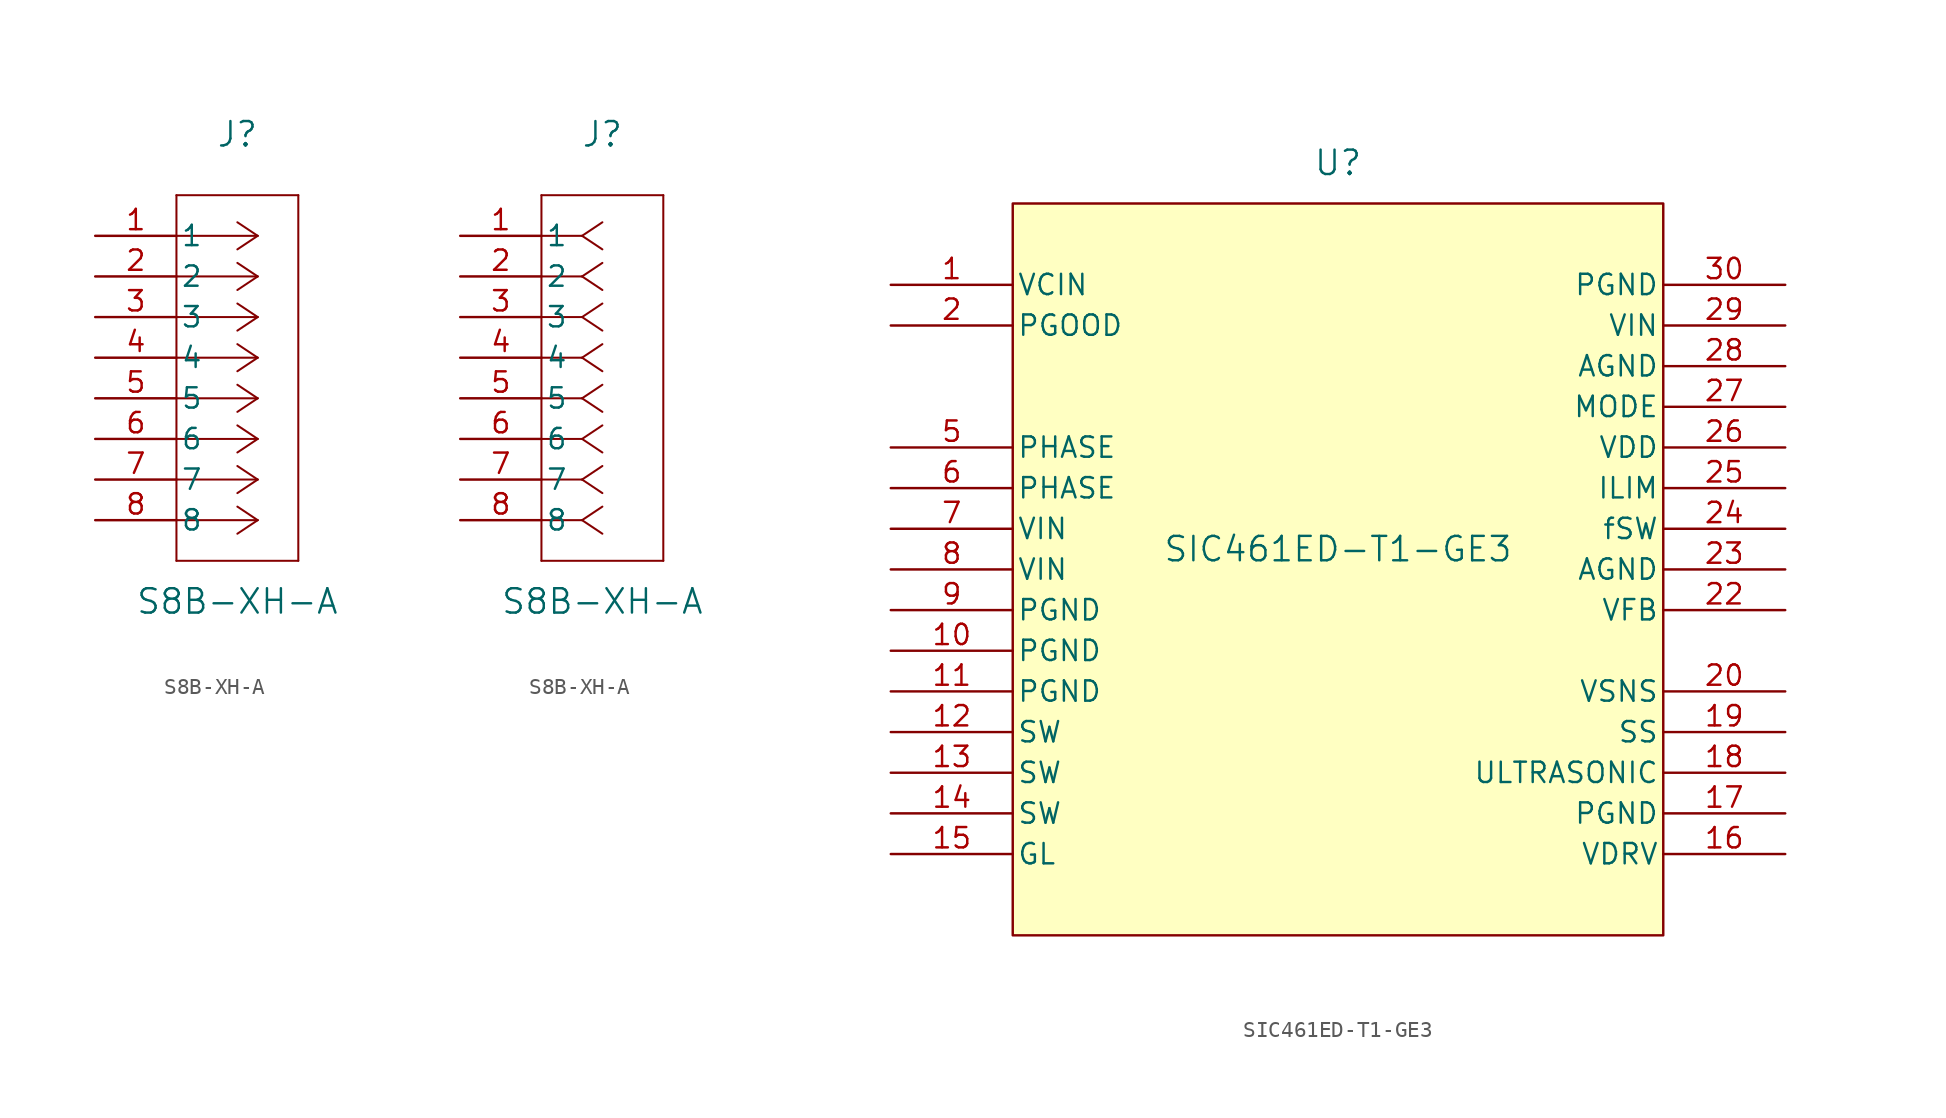
<source format=kicad_sym>
(kicad_symbol_lib
  (version 20220914)
  (generator kicad_symbol_editor)
  (symbol "S8B-XH-A"
    (pin_names
      (offset 0.254))
    (property "Reference" "J"
      (at 8.89 6.35 0)
      (effects (font (size 1.524 1.524))))
    (property "Value" "S8B-XH-A"
      (at 8.89 -22.86 0)
      (effects (font (size 1.524 1.524))))
    (property "ki_locked" ""
      (at 0 0 0)
      (effects (font (size 1.27 1.27))))
    (symbol "S8B-XH-A_1_1"
      (polyline (pts (xy 5.08 -20.32) (xy 12.7 -20.32)) (stroke (width 0.127) (type default)) (fill (type none)))
      (polyline (pts (xy 5.08 2.54) (xy 5.08 -20.32)) (stroke (width 0.127) (type default)) (fill (type none)))
      (polyline (pts (xy 10.16 -17.78) (xy 5.08 -17.78)) (stroke (width 0.127) (type default)) (fill (type none)))
      (polyline (pts (xy 10.16 -17.78) (xy 8.89 -18.627)) (stroke (width 0.127) (type default)) (fill (type none)))
      (polyline (pts (xy 10.16 -17.78) (xy 8.89 -16.933)) (stroke (width 0.127) (type default)) (fill (type none)))
      (polyline (pts (xy 10.16 -15.24) (xy 5.08 -15.24)) (stroke (width 0.127) (type default)) (fill (type none)))
      (polyline (pts (xy 10.16 -15.24) (xy 8.89 -16.087)) (stroke (width 0.127) (type default)) (fill (type none)))
      (polyline (pts (xy 10.16 -15.24) (xy 8.89 -14.393)) (stroke (width 0.127) (type default)) (fill (type none)))
      (polyline (pts (xy 10.16 -12.7) (xy 5.08 -12.7)) (stroke (width 0.127) (type default)) (fill (type none)))
      (polyline (pts (xy 10.16 -12.7) (xy 8.89 -13.547)) (stroke (width 0.127) (type default)) (fill (type none)))
      (polyline (pts (xy 10.16 -12.7) (xy 8.89 -11.853)) (stroke (width 0.127) (type default)) (fill (type none)))
      (polyline (pts (xy 10.16 -10.16) (xy 5.08 -10.16)) (stroke (width 0.127) (type default)) (fill (type none)))
      (polyline (pts (xy 10.16 -10.16) (xy 8.89 -11.007)) (stroke (width 0.127) (type default)) (fill (type none)))
      (polyline (pts (xy 10.16 -10.16) (xy 8.89 -9.313)) (stroke (width 0.127) (type default)) (fill (type none)))
      (polyline (pts (xy 10.16 -7.62) (xy 5.08 -7.62)) (stroke (width 0.127) (type default)) (fill (type none)))
      (polyline (pts (xy 10.16 -7.62) (xy 8.89 -8.467)) (stroke (width 0.127) (type default)) (fill (type none)))
      (polyline (pts (xy 10.16 -7.62) (xy 8.89 -6.773)) (stroke (width 0.127) (type default)) (fill (type none)))
      (polyline (pts (xy 10.16 -5.08) (xy 5.08 -5.08)) (stroke (width 0.127) (type default)) (fill (type none)))
      (polyline (pts (xy 10.16 -5.08) (xy 8.89 -5.927)) (stroke (width 0.127) (type default)) (fill (type none)))
      (polyline (pts (xy 10.16 -5.08) (xy 8.89 -4.233)) (stroke (width 0.127) (type default)) (fill (type none)))
      (polyline (pts (xy 10.16 -2.54) (xy 5.08 -2.54)) (stroke (width 0.127) (type default)) (fill (type none)))
      (polyline (pts (xy 10.16 -2.54) (xy 8.89 -3.387)) (stroke (width 0.127) (type default)) (fill (type none)))
      (polyline (pts (xy 10.16 -2.54) (xy 8.89 -1.693)) (stroke (width 0.127) (type default)) (fill (type none)))
      (polyline (pts (xy 10.16 0) (xy 5.08 0)) (stroke (width 0.127) (type default)) (fill (type none)))
      (polyline (pts (xy 10.16 0) (xy 8.89 -0.847)) (stroke (width 0.127) (type default)) (fill (type none)))
      (polyline (pts (xy 10.16 0) (xy 8.89 0.847)) (stroke (width 0.127) (type default)) (fill (type none)))
      (polyline (pts (xy 12.7 -20.32) (xy 12.7 2.54)) (stroke (width 0.127) (type default)) (fill (type none)))
      (polyline (pts (xy 12.7 2.54) (xy 5.08 2.54)) (stroke (width 0.127) (type default)) (fill (type none)))
      (pin unspecified line (at 0 0 0) (length 5.08) (name "1" (effects (font (size 1.27 1.27)))) (number "1" (effects (font (size 1.27 1.27)))))
      (pin unspecified line (at 0 -2.54 0) (length 5.08) (name "2" (effects (font (size 1.27 1.27)))) (number "2" (effects (font (size 1.27 1.27)))))
      (pin unspecified line (at 0 -5.08 0) (length 5.08) (name "3" (effects (font (size 1.27 1.27)))) (number "3" (effects (font (size 1.27 1.27)))))
      (pin unspecified line (at 0 -7.62 0) (length 5.08) (name "4" (effects (font (size 1.27 1.27)))) (number "4" (effects (font (size 1.27 1.27)))))
      (pin unspecified line (at 0 -10.16 0) (length 5.08) (name "5" (effects (font (size 1.27 1.27)))) (number "5" (effects (font (size 1.27 1.27)))))
      (pin unspecified line (at 0 -12.7 0) (length 5.08) (name "6" (effects (font (size 1.27 1.27)))) (number "6" (effects (font (size 1.27 1.27)))))
      (pin unspecified line (at 0 -15.24 0) (length 5.08) (name "7" (effects (font (size 1.27 1.27)))) (number "7" (effects (font (size 1.27 1.27)))))
      (pin unspecified line (at 0 -17.78 0) (length 5.08) (name "8" (effects (font (size 1.27 1.27)))) (number "8" (effects (font (size 1.27 1.27))))))
    (symbol "S8B-XH-A_1_2"
      (polyline (pts (xy 5.08 -20.32) (xy 12.7 -20.32)) (stroke (width 0.127) (type default)) (fill (type none)))
      (polyline (pts (xy 5.08 2.54) (xy 5.08 -20.32)) (stroke (width 0.127) (type default)) (fill (type none)))
      (polyline (pts (xy 7.62 -17.78) (xy 5.08 -17.78)) (stroke (width 0.127) (type default)) (fill (type none)))
      (polyline (pts (xy 7.62 -17.78) (xy 8.89 -18.627)) (stroke (width 0.127) (type default)) (fill (type none)))
      (polyline (pts (xy 7.62 -17.78) (xy 8.89 -16.933)) (stroke (width 0.127) (type default)) (fill (type none)))
      (polyline (pts (xy 7.62 -15.24) (xy 5.08 -15.24)) (stroke (width 0.127) (type default)) (fill (type none)))
      (polyline (pts (xy 7.62 -15.24) (xy 8.89 -16.087)) (stroke (width 0.127) (type default)) (fill (type none)))
      (polyline (pts (xy 7.62 -15.24) (xy 8.89 -14.393)) (stroke (width 0.127) (type default)) (fill (type none)))
      (polyline (pts (xy 7.62 -12.7) (xy 5.08 -12.7)) (stroke (width 0.127) (type default)) (fill (type none)))
      (polyline (pts (xy 7.62 -12.7) (xy 8.89 -13.547)) (stroke (width 0.127) (type default)) (fill (type none)))
      (polyline (pts (xy 7.62 -12.7) (xy 8.89 -11.853)) (stroke (width 0.127) (type default)) (fill (type none)))
      (polyline (pts (xy 7.62 -10.16) (xy 5.08 -10.16)) (stroke (width 0.127) (type default)) (fill (type none)))
      (polyline (pts (xy 7.62 -10.16) (xy 8.89 -11.007)) (stroke (width 0.127) (type default)) (fill (type none)))
      (polyline (pts (xy 7.62 -10.16) (xy 8.89 -9.313)) (stroke (width 0.127) (type default)) (fill (type none)))
      (polyline (pts (xy 7.62 -7.62) (xy 5.08 -7.62)) (stroke (width 0.127) (type default)) (fill (type none)))
      (polyline (pts (xy 7.62 -7.62) (xy 8.89 -8.467)) (stroke (width 0.127) (type default)) (fill (type none)))
      (polyline (pts (xy 7.62 -7.62) (xy 8.89 -6.773)) (stroke (width 0.127) (type default)) (fill (type none)))
      (polyline (pts (xy 7.62 -5.08) (xy 5.08 -5.08)) (stroke (width 0.127) (type default)) (fill (type none)))
      (polyline (pts (xy 7.62 -5.08) (xy 8.89 -5.927)) (stroke (width 0.127) (type default)) (fill (type none)))
      (polyline (pts (xy 7.62 -5.08) (xy 8.89 -4.233)) (stroke (width 0.127) (type default)) (fill (type none)))
      (polyline (pts (xy 7.62 -2.54) (xy 5.08 -2.54)) (stroke (width 0.127) (type default)) (fill (type none)))
      (polyline (pts (xy 7.62 -2.54) (xy 8.89 -3.387)) (stroke (width 0.127) (type default)) (fill (type none)))
      (polyline (pts (xy 7.62 -2.54) (xy 8.89 -1.693)) (stroke (width 0.127) (type default)) (fill (type none)))
      (polyline (pts (xy 7.62 0) (xy 5.08 0)) (stroke (width 0.127) (type default)) (fill (type none)))
      (polyline (pts (xy 7.62 0) (xy 8.89 -0.847)) (stroke (width 0.127) (type default)) (fill (type none)))
      (polyline (pts (xy 7.62 0) (xy 8.89 0.847)) (stroke (width 0.127) (type default)) (fill (type none)))
      (polyline (pts (xy 12.7 -20.32) (xy 12.7 2.54)) (stroke (width 0.127) (type default)) (fill (type none)))
      (polyline (pts (xy 12.7 2.54) (xy 5.08 2.54)) (stroke (width 0.127) (type default)) (fill (type none)))
      (pin unspecified line (at 0 0 0) (length 5.08) (name "1" (effects (font (size 1.27 1.27)))) (number "1" (effects (font (size 1.27 1.27)))))
      (pin unspecified line (at 0 -2.54 0) (length 5.08) (name "2" (effects (font (size 1.27 1.27)))) (number "2" (effects (font (size 1.27 1.27)))))
      (pin unspecified line (at 0 -5.08 0) (length 5.08) (name "3" (effects (font (size 1.27 1.27)))) (number "3" (effects (font (size 1.27 1.27)))))
      (pin unspecified line (at 0 -7.62 0) (length 5.08) (name "4" (effects (font (size 1.27 1.27)))) (number "4" (effects (font (size 1.27 1.27)))))
      (pin unspecified line (at 0 -10.16 0) (length 5.08) (name "5" (effects (font (size 1.27 1.27)))) (number "5" (effects (font (size 1.27 1.27)))))
      (pin unspecified line (at 0 -12.7 0) (length 5.08) (name "6" (effects (font (size 1.27 1.27)))) (number "6" (effects (font (size 1.27 1.27)))))
      (pin unspecified line (at 0 -15.24 0) (length 5.08) (name "7" (effects (font (size 1.27 1.27)))) (number "7" (effects (font (size 1.27 1.27)))))
      (pin unspecified line (at 0 -17.78 0) (length 5.08) (name "8" (effects (font (size 1.27 1.27)))) (number "8" (effects (font (size 1.27 1.27)))))))
  (symbol "SIC461ED-T1-GE3"
    (pin_names
      (offset 0.254))
    (property "Reference" "U"
      (at 27.94 7.62 0)
      (effects (font (size 1.524 1.524))))
    (property "Value" "SIC461ED-T1-GE3"
      (at 27.94 -16.51 0)
      (effects (font (size 1.524 1.524))))
    (symbol "SIC461ED-T1-GE3_0_1"
      (pin unspecified line (at 0 0 0) (length 7.62) (name "VCIN" (effects (font (size 1.27 1.27)))) (number "1" (effects (font (size 1.27 1.27)))))
      (pin power_out line (at 0 -22.86 0) (length 7.62) (name "PGND" (effects (font (size 1.27 1.27)))) (number "10" (effects (font (size 1.27 1.27)))))
      (pin power_out line (at 0 -25.4 0) (length 7.62) (name "PGND" (effects (font (size 1.27 1.27)))) (number "11" (effects (font (size 1.27 1.27)))))
      (pin unspecified line (at 0 -27.94 0) (length 7.62) (name "SW" (effects (font (size 1.27 1.27)))) (number "12" (effects (font (size 1.27 1.27)))))
      (pin unspecified line (at 0 -30.48 0) (length 7.62) (name "SW" (effects (font (size 1.27 1.27)))) (number "13" (effects (font (size 1.27 1.27)))))
      (pin unspecified line (at 0 -33.02 0) (length 7.62) (name "SW" (effects (font (size 1.27 1.27)))) (number "14" (effects (font (size 1.27 1.27)))))
      (pin unspecified line (at 0 -35.56 0) (length 7.62) (name "GL" (effects (font (size 1.27 1.27)))) (number "15" (effects (font (size 1.27 1.27)))))
      (pin unspecified line (at 55.88 -35.56 180) (length 7.62) (name "VDRV" (effects (font (size 1.27 1.27)))) (number "16" (effects (font (size 1.27 1.27)))))
      (pin power_out line (at 55.88 -33.02 180) (length 7.62) (name "PGND" (effects (font (size 1.27 1.27)))) (number "17" (effects (font (size 1.27 1.27)))))
      (pin unspecified line (at 55.88 -30.48 180) (length 7.62) (name "ULTRASONIC" (effects (font (size 1.27 1.27)))) (number "18" (effects (font (size 1.27 1.27)))))
      (pin unspecified line (at 55.88 -27.94 180) (length 7.62) (name "SS" (effects (font (size 1.27 1.27)))) (number "19" (effects (font (size 1.27 1.27)))))
      (pin power_in line (at 0 -2.54 0) (length 7.62) (name "PGOOD" (effects (font (size 1.27 1.27)))) (number "2" (effects (font (size 1.27 1.27)))))
      (pin unspecified line (at 55.88 -25.4 180) (length 7.62) (name "VSNS" (effects (font (size 1.27 1.27)))) (number "20" (effects (font (size 1.27 1.27)))))
      (pin unspecified line (at 55.88 -20.32 180) (length 7.62) (name "VFB" (effects (font (size 1.27 1.27)))) (number "22" (effects (font (size 1.27 1.27)))))
      (pin power_out line (at 55.88 -17.78 180) (length 7.62) (name "AGND" (effects (font (size 1.27 1.27)))) (number "23" (effects (font (size 1.27 1.27)))))
      (pin unspecified line (at 55.88 -15.24 180) (length 7.62) (name "fSW" (effects (font (size 1.27 1.27)))) (number "24" (effects (font (size 1.27 1.27)))))
      (pin unspecified line (at 55.88 -12.7 180) (length 7.62) (name "ILIM" (effects (font (size 1.27 1.27)))) (number "25" (effects (font (size 1.27 1.27)))))
      (pin power_in line (at 55.88 -10.16 180) (length 7.62) (name "VDD" (effects (font (size 1.27 1.27)))) (number "26" (effects (font (size 1.27 1.27)))))
      (pin unspecified line (at 55.88 -7.62 180) (length 7.62) (name "MODE" (effects (font (size 1.27 1.27)))) (number "27" (effects (font (size 1.27 1.27)))))
      (pin power_out line (at 55.88 -5.08 180) (length 7.62) (name "AGND" (effects (font (size 1.27 1.27)))) (number "28" (effects (font (size 1.27 1.27)))))
      (pin unspecified line (at 55.88 -2.54 180) (length 7.62) (name "VIN" (effects (font (size 1.27 1.27)))) (number "29" (effects (font (size 1.27 1.27)))))
      (pin power_out line (at 55.88 0 180) (length 7.62) (name "PGND" (effects (font (size 1.27 1.27)))) (number "30" (effects (font (size 1.27 1.27)))))
      (pin unspecified line (at 0 -10.16 0) (length 7.62) (name "PHASE" (effects (font (size 1.27 1.27)))) (number "5" (effects (font (size 1.27 1.27)))))
      (pin unspecified line (at 0 -12.7 0) (length 7.62) (name "PHASE" (effects (font (size 1.27 1.27)))) (number "6" (effects (font (size 1.27 1.27)))))
      (pin unspecified line (at 0 -15.24 0) (length 7.62) (name "VIN" (effects (font (size 1.27 1.27)))) (number "7" (effects (font (size 1.27 1.27)))))
      (pin unspecified line (at 0 -17.78 0) (length 7.62) (name "VIN" (effects (font (size 1.27 1.27)))) (number "8" (effects (font (size 1.27 1.27)))))
      (pin power_out line (at 0 -20.32 0) (length 7.62) (name "PGND" (effects (font (size 1.27 1.27)))) (number "9" (effects (font (size 1.27 1.27))))))
    (symbol "SIC461ED-T1-GE3_1_1"
      (rectangle (start 7.62 5.08) (end 48.26 -40.64) (stroke (width 0) (type default)) (fill (type background))))))
</source>
